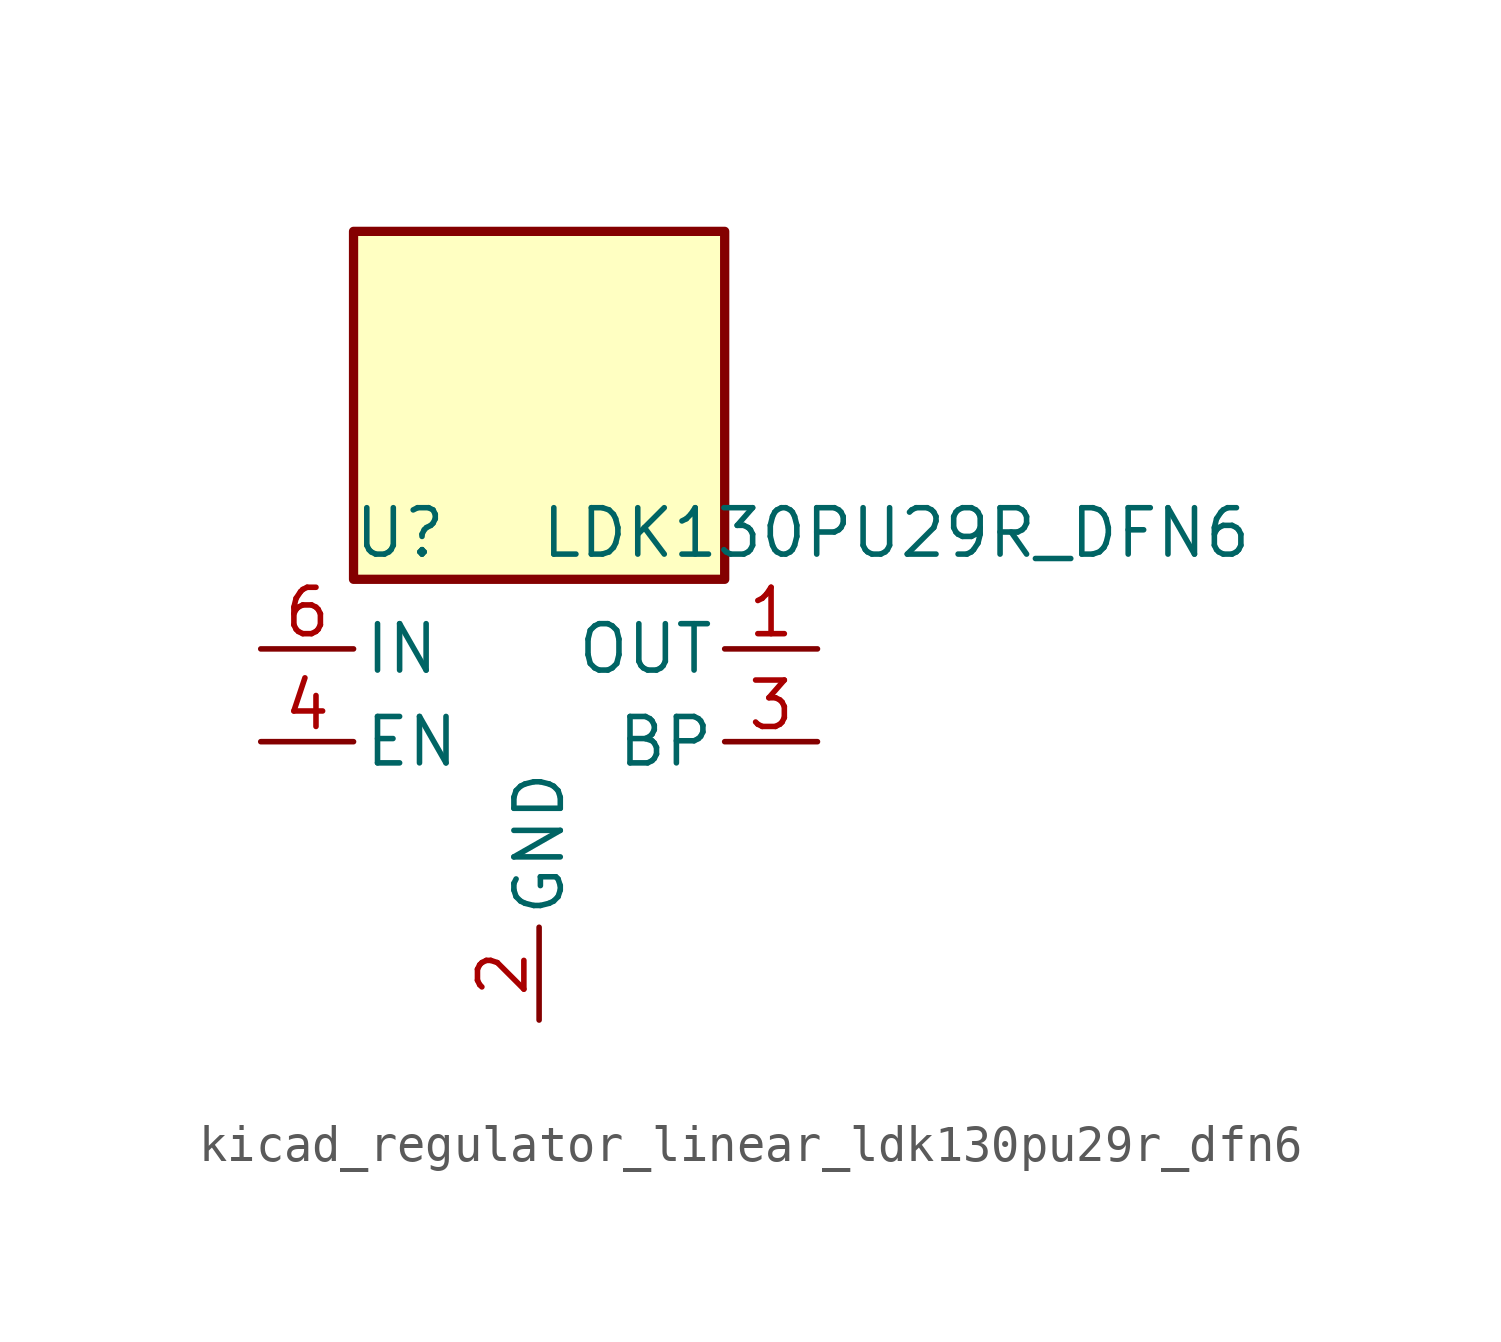
<source format=kicad_sym>
(kicad_symbol_lib
  (version 20220914)
  (generator kicad_symbol_editor)
  (symbol "kicad_regulator_linear_ldk130pu29r_dfn6"
    (pin_names
      (offset 0.254))
    (property "Reference" "U"
      (at -3.81 5.715 0)
      (effects (font (size 1.27 1.27))))
    (property "Value" "LDK130PU29R_DFN6"
      (at 0 5.715 0)
      (effects (font (size 1.27 1.27)) (justify left)))
    (symbol "kicad_regulator_linear_ldk130pu29r_dfn6_0_1"
      (rectangle (start 5.08 13.97) (end -5.08 4.445) (stroke (width 0.254) (type default)) (fill (type background))))
    (symbol "kicad_regulator_linear_ldk130pu29r_dfn6_1_1"
      (pin power_out line (at 7.62 2.54 180) (length 2.54) (name "OUT" (effects (font (size 1.27 1.27)))) (number "1" (effects (font (size 1.27 1.27)))))
      (pin power_in line (at 0 -7.62 90) (length 2.54) (name "GND" (effects (font (size 1.27 1.27)))) (number "2" (effects (font (size 1.27 1.27)))))
      (pin passive line (at 7.62 0 180) (length 2.54) (name "BP" (effects (font (size 1.27 1.27)))) (number "3" (effects (font (size 1.27 1.27)))))
      (pin input line (at -7.62 0 0) (length 2.54) (name "EN" (effects (font (size 1.27 1.27)))) (number "4" (effects (font (size 1.27 1.27)))))
      (pin no_connect line (at -5.08 -2.54 0) (length 2.54) hide (name "NC" (effects (font (size 1.27 1.27)))) (number "5" (effects (font (size 1.27 1.27)))))
      (pin power_in line (at -7.62 2.54 0) (length 2.54) (name "IN" (effects (font (size 1.27 1.27)))) (number "6" (effects (font (size 1.27 1.27))))))))
</source>
